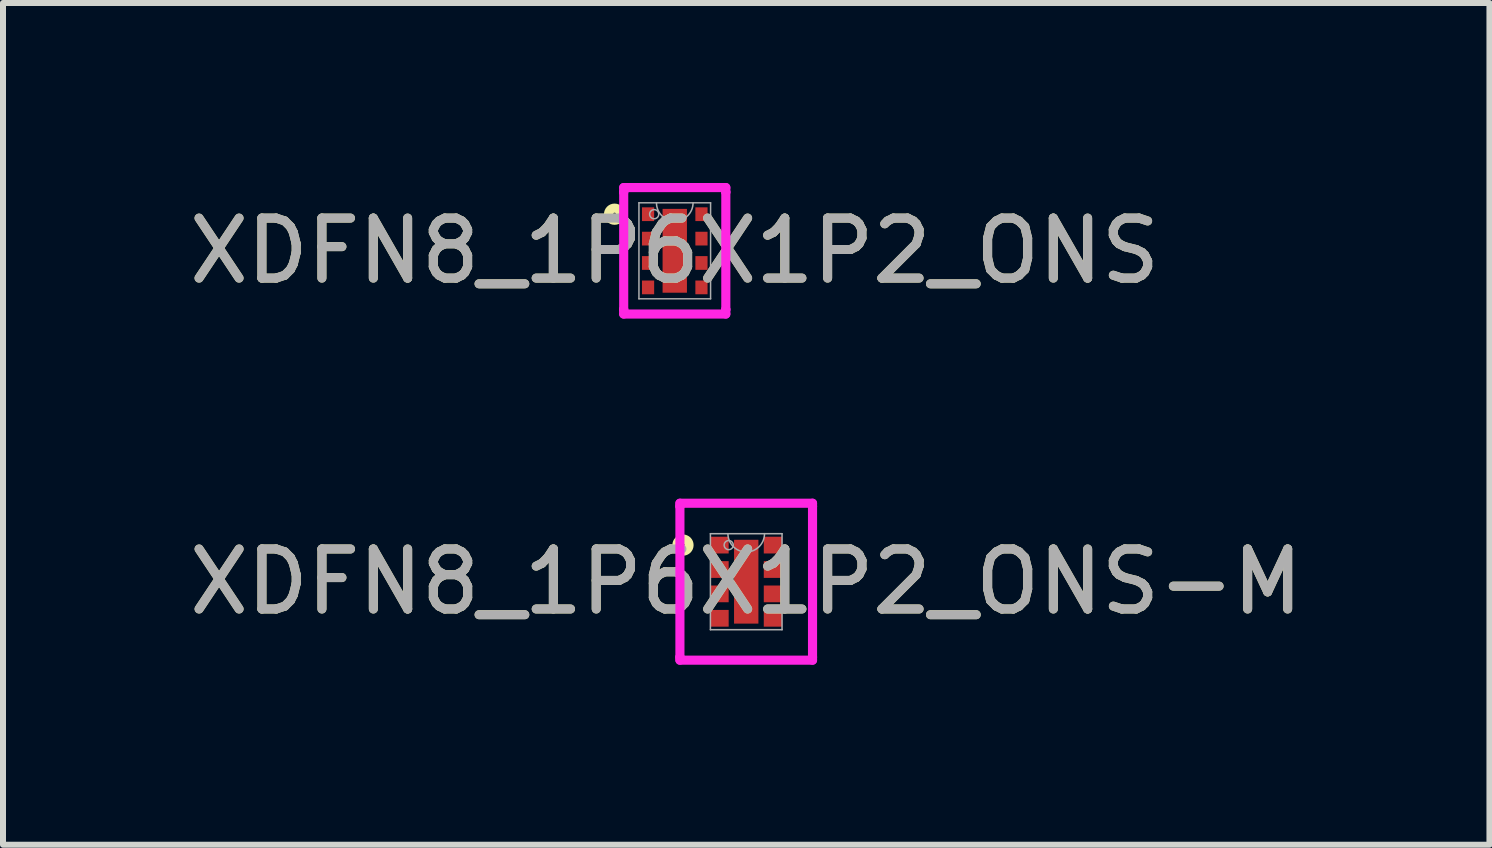
<source format=kicad_pcb>
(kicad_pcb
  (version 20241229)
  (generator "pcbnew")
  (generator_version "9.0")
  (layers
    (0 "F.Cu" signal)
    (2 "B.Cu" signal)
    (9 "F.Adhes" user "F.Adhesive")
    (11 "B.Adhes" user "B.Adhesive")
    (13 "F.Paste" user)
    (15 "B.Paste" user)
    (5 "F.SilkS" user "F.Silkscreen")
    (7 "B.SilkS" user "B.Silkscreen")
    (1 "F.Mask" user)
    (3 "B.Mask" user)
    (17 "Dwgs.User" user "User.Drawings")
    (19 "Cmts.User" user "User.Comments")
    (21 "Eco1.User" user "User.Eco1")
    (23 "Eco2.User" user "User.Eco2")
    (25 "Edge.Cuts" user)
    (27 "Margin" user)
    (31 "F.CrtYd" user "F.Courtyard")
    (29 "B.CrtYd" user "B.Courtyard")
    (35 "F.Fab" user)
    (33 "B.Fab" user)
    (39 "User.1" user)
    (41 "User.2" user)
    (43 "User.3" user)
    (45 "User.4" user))
  (footprint "XDFN8_1P6X1P2_ONS-M"
    (layer "F.Cu")
    (at 9.387 6.645)
    (property "Reference" "XDFN8_1P6X1P2_ONS-M" (at 0 0 0) (unlocked yes) (layer "F.SilkS") (effects (font (size 1 1) (thickness 0.15))))
    (attr smd)
    (fp_circle (center -1.054 -0.61) (end -0.953 -0.61) (stroke (width 0.152) (type solid)) (fill no) (layer "F.SilkS"))
    (fp_line (start -1.105 -1.308) (end 1.105 -1.308) (stroke (width 0.152) (type solid)) (layer "F.CrtYd"))
    (fp_line (start -1.105 -1.257) (end -1.105 -1.308) (stroke (width 0.152) (type solid)) (layer "F.CrtYd"))
    (fp_line (start -1.105 -1.257) (end -1.105 -1.257) (stroke (width 0.152) (type solid)) (layer "F.CrtYd"))
    (fp_line (start -1.105 1.257) (end -1.105 -1.257) (stroke (width 0.152) (type solid)) (layer "F.CrtYd"))
    (fp_line (start -1.105 1.257) (end -1.105 1.257) (stroke (width 0.152) (type solid)) (layer "F.CrtYd"))
    (fp_line (start -1.105 1.308) (end -1.105 1.257) (stroke (width 0.152) (type solid)) (layer "F.CrtYd"))
    (fp_line (start 1.105 -1.308) (end 1.105 -1.257) (stroke (width 0.152) (type solid)) (layer "F.CrtYd"))
    (fp_line (start 1.105 -1.257) (end 1.105 -1.257) (stroke (width 0.152) (type solid)) (layer "F.CrtYd"))
    (fp_line (start 1.105 -1.257) (end 1.105 1.257) (stroke (width 0.152) (type solid)) (layer "F.CrtYd"))
    (fp_line (start 1.105 1.257) (end 1.105 1.257) (stroke (width 0.152) (type solid)) (layer "F.CrtYd"))
    (fp_line (start 1.105 1.257) (end 1.105 1.308) (stroke (width 0.152) (type solid)) (layer "F.CrtYd"))
    (fp_line (start 1.105 1.308) (end -1.105 1.308) (stroke (width 0.152) (type solid)) (layer "F.CrtYd"))
    (fp_line (start -0.597 -0.8) (end -0.597 0.8) (stroke (width 0.025) (type solid)) (layer "F.Fab"))
    (fp_line (start -0.597 0.8) (end 0.597 0.8) (stroke (width 0.025) (type solid)) (layer "F.Fab"))
    (fp_line (start 0.597 -0.8) (end -0.597 -0.8) (stroke (width 0.025) (type solid)) (layer "F.Fab"))
    (fp_line (start 0.597 0.8) (end 0.597 -0.8) (stroke (width 0.025) (type solid)) (layer "F.Fab"))
    (fp_arc (start 0.3048 -0.8001) (mid 0 -0.4953) (end -0.3048 -0.8001) (stroke (width 0.0254) (type solid)) (layer "F.Fab"))
    (fp_circle (center -0.292 -0.61) (end -0.216 -0.61) (stroke (width 0.025) (type solid)) (fill no) (layer "F.Fab"))
    (fp_text user "${REFERENCE}" (at 0 0 0) (unlocked yes) (layer "F.Fab") (effects (font (size 1 1) (thickness 0.15))))
    (pad "1" smd rect (at -0.445 -0.61) (size 0.305 0.279) (layers "F.Cu" "F.Mask" "F.Paste"))
    (pad "2" smd rect (at -0.445 -0.203) (size 0.305 0.279) (layers "F.Cu" "F.Mask" "F.Paste"))
    (pad "3" smd rect (at -0.445 0.203) (size 0.305 0.279) (layers "F.Cu" "F.Mask" "F.Paste"))
    (pad "4" smd rect (at -0.445 0.61) (size 0.305 0.279) (layers "F.Cu" "F.Mask" "F.Paste"))
    (pad "5" smd rect (at 0.445 0.61) (size 0.305 0.279) (layers "F.Cu" "F.Mask" "F.Paste"))
    (pad "6" smd rect (at 0.445 0.203) (size 0.305 0.279) (layers "F.Cu" "F.Mask" "F.Paste"))
    (pad "7" smd rect (at 0.445 -0.203) (size 0.305 0.279) (layers "F.Cu" "F.Mask" "F.Paste"))
    (pad "8" smd rect (at 0.445 -0.61) (size 0.305 0.279) (layers "F.Cu" "F.Mask" "F.Paste"))
    (pad "9" smd rect (at 0 0) (size 0.406 1.397) (layers "F.Cu" "F.Mask" "F.Paste")))
  (footprint "XDFN8_1P6X1P2_ONS"
    (layer "F.Cu")
    (at 8.196 1.13)
    (property "Reference" "XDFN8_1P6X1P2_ONS" (at 0 0 0) (unlocked yes) (layer "F.SilkS") (effects (font (size 1 1) (thickness 0.15))))
    (attr smd)
    (fp_circle (center -1.003 -0.61) (end -0.902 -0.61) (stroke (width 0.152) (type solid)) (fill no) (layer "F.SilkS"))
    (fp_line (start -0.851 -1.054) (end 0.851 -1.054) (stroke (width 0.152) (type solid)) (layer "F.CrtYd"))
    (fp_line (start -0.851 -0.978) (end -0.851 -1.054) (stroke (width 0.152) (type solid)) (layer "F.CrtYd"))
    (fp_line (start -0.851 -0.978) (end -0.851 -0.978) (stroke (width 0.152) (type solid)) (layer "F.CrtYd"))
    (fp_line (start -0.851 0.978) (end -0.851 -0.978) (stroke (width 0.152) (type solid)) (layer "F.CrtYd"))
    (fp_line (start -0.851 0.978) (end -0.851 0.978) (stroke (width 0.152) (type solid)) (layer "F.CrtYd"))
    (fp_line (start -0.851 1.054) (end -0.851 0.978) (stroke (width 0.152) (type solid)) (layer "F.CrtYd"))
    (fp_line (start 0.851 -1.054) (end 0.851 -0.978) (stroke (width 0.152) (type solid)) (layer "F.CrtYd"))
    (fp_line (start 0.851 -0.978) (end 0.851 -0.978) (stroke (width 0.152) (type solid)) (layer "F.CrtYd"))
    (fp_line (start 0.851 -0.978) (end 0.851 0.978) (stroke (width 0.152) (type solid)) (layer "F.CrtYd"))
    (fp_line (start 0.851 0.978) (end 0.851 0.978) (stroke (width 0.152) (type solid)) (layer "F.CrtYd"))
    (fp_line (start 0.851 0.978) (end 0.851 1.054) (stroke (width 0.152) (type solid)) (layer "F.CrtYd"))
    (fp_line (start 0.851 1.054) (end -0.851 1.054) (stroke (width 0.152) (type solid)) (layer "F.CrtYd"))
    (fp_line (start -0.597 -0.8) (end -0.597 0.8) (stroke (width 0.025) (type solid)) (layer "F.Fab"))
    (fp_line (start -0.597 0.8) (end 0.597 0.8) (stroke (width 0.025) (type solid)) (layer "F.Fab"))
    (fp_line (start 0.597 -0.8) (end -0.597 -0.8) (stroke (width 0.025) (type solid)) (layer "F.Fab"))
    (fp_line (start 0.597 0.8) (end 0.597 -0.8) (stroke (width 0.025) (type solid)) (layer "F.Fab"))
    (fp_arc (start 0.3048 -0.8001) (mid 0 -0.4953) (end -0.3048 -0.8001) (stroke (width 0.0254) (type solid)) (layer "F.Fab"))
    (fp_circle (center -0.343 -0.61) (end -0.267 -0.61) (stroke (width 0.025) (type solid)) (fill no) (layer "F.Fab"))
    (fp_text user "${REFERENCE}" (at 0 0 0) (unlocked yes) (layer "F.Fab") (effects (font (size 1 1) (thickness 0.15))))
    (pad "1" smd rect (at -0.445 -0.61) (size 0.203 0.229) (layers "F.Cu" "F.Mask" "F.Paste"))
    (pad "2" smd rect (at -0.445 -0.203) (size 0.203 0.229) (layers "F.Cu" "F.Mask" "F.Paste"))
    (pad "3" smd rect (at -0.445 0.203) (size 0.203 0.229) (layers "F.Cu" "F.Mask" "F.Paste"))
    (pad "4" smd rect (at -0.445 0.61) (size 0.203 0.229) (layers "F.Cu" "F.Mask" "F.Paste"))
    (pad "5" smd rect (at 0.445 0.61) (size 0.203 0.229) (layers "F.Cu" "F.Mask" "F.Paste"))
    (pad "6" smd rect (at 0.445 0.203) (size 0.203 0.229) (layers "F.Cu" "F.Mask" "F.Paste"))
    (pad "7" smd rect (at 0.445 -0.203) (size 0.203 0.229) (layers "F.Cu" "F.Mask" "F.Paste"))
    (pad "8" smd rect (at 0.445 -0.61) (size 0.203 0.229) (layers "F.Cu" "F.Mask" "F.Paste"))
    (pad "9" smd rect (at 0 0) (size 0.406 1.397) (layers "F.Cu" "F.Mask" "F.Paste")))
  (gr_rect
    (start -3 -3)
    (end 21.774 11.029)
    (stroke (width 0.1) (type default))
    (fill no)
    (layer "Edge.Cuts")))
</source>
